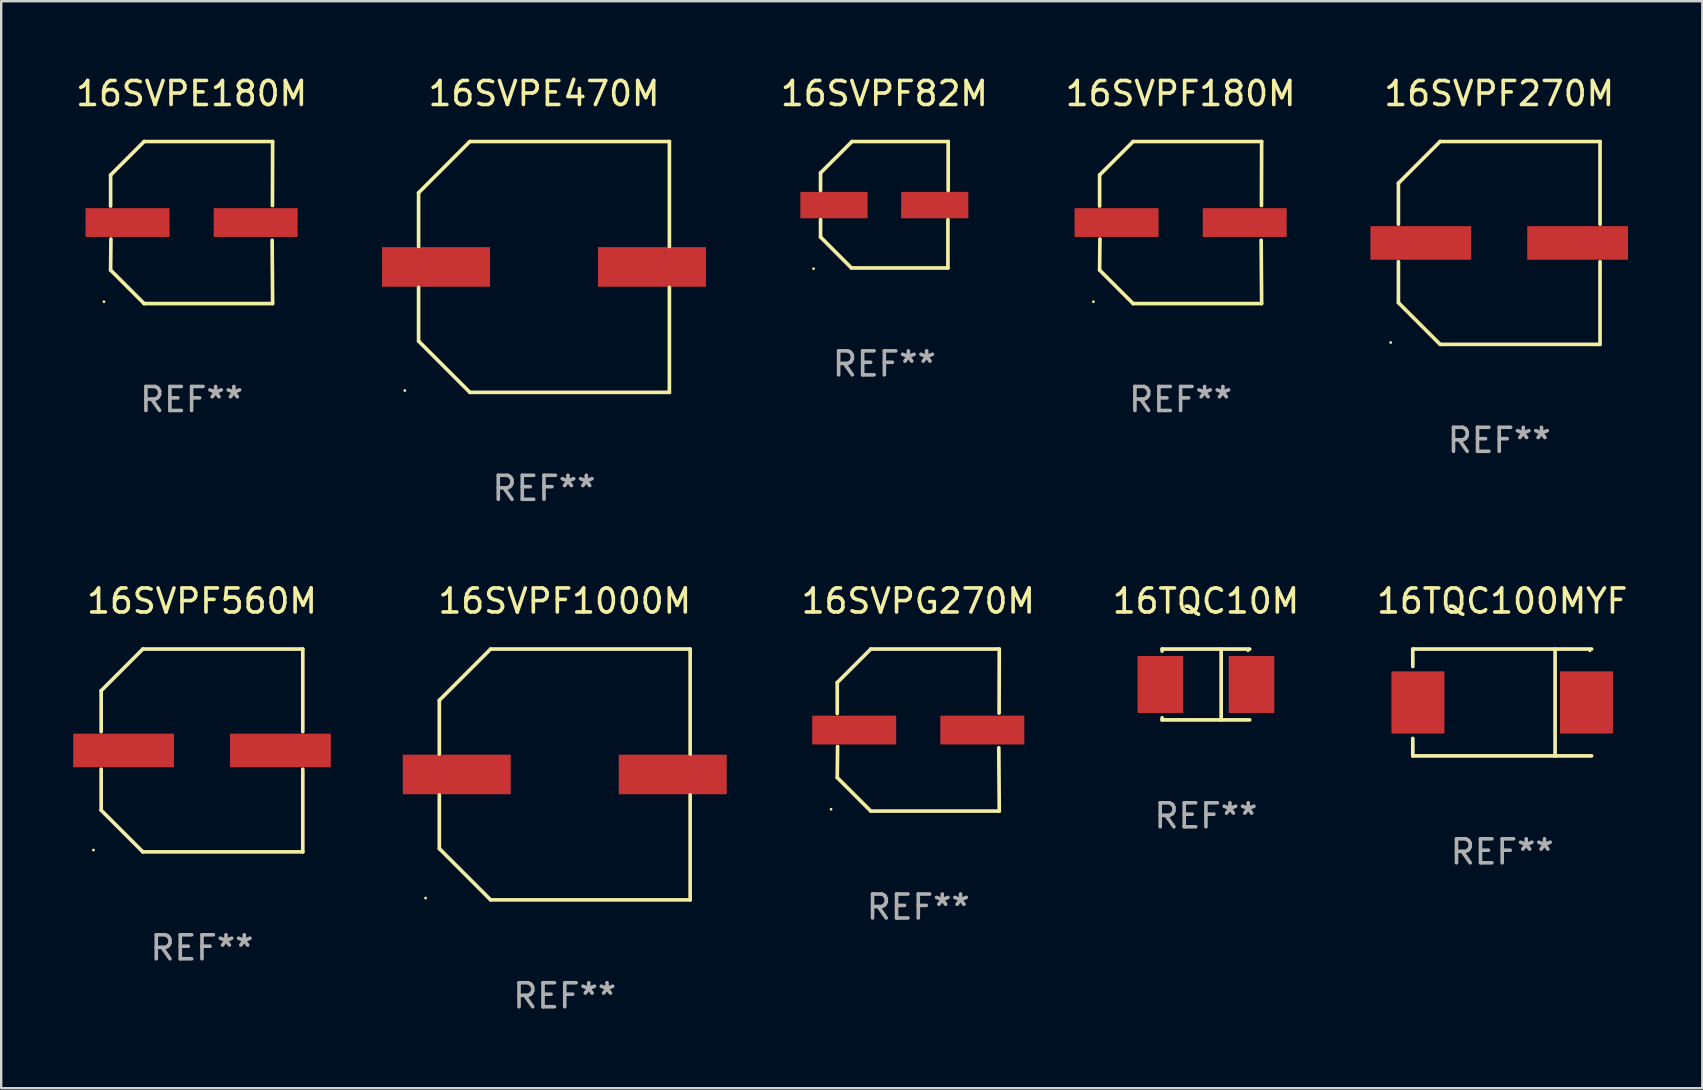
<source format=kicad_pcb>
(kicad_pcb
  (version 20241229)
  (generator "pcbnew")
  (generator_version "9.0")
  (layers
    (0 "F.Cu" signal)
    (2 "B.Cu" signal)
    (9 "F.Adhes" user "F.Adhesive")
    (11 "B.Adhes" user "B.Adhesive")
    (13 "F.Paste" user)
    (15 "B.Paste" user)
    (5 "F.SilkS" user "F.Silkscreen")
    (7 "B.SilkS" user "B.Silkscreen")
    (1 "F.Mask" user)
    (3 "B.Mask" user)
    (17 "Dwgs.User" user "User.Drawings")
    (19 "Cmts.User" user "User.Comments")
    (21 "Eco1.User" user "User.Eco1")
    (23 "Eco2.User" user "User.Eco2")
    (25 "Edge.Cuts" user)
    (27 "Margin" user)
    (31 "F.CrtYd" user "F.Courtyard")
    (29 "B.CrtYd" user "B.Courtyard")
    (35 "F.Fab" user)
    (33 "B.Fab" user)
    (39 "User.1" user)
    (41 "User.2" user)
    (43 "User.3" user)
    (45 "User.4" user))
  (footprint "16SVPE470M"
    (layer "F.Cu")
    (at 19.619 8.074)
    (property "Reference" "16SVPE470M" (at 0 -7.226 0) (layer "F.SilkS") (effects (font (size 1 1) (thickness 0.15))))
    (attr through_hole)
    (fp_line (start -5.226 -3.09) (end -5.226 -0.852) (stroke (width 0.152) (type solid)) (layer "F.SilkS"))
    (fp_line (start -5.226 3.09) (end -5.226 0.852) (stroke (width 0.152) (type solid)) (layer "F.SilkS"))
    (fp_line (start -3.09 -5.226) (end -5.226 -3.09) (stroke (width 0.152) (type solid)) (layer "F.SilkS"))
    (fp_line (start -3.09 5.226) (end -5.226 3.09) (stroke (width 0.152) (type solid)) (layer "F.SilkS"))
    (fp_line (start 5.226 -5.226) (end -3.09 -5.226) (stroke (width 0.152) (type solid)) (layer "F.SilkS"))
    (fp_line (start 5.226 -0.852) (end 5.226 -5.226) (stroke (width 0.152) (type solid)) (layer "F.SilkS"))
    (fp_line (start 5.226 0.852) (end 5.226 5.226) (stroke (width 0.152) (type solid)) (layer "F.SilkS"))
    (fp_line (start 5.226 5.226) (end -3.09 5.226) (stroke (width 0.152) (type solid)) (layer "F.SilkS"))
    (fp_circle (center -5.8 5.15) (end -5.77 5.15) (stroke (width 0.06) (type solid)) (fill no) (layer "F.SilkS"))
    (fp_text user "REF**" (at 0 9.226 0) (layer "F.Fab") (effects (font (size 1 1) (thickness 0.15))))
    (pad "1" smd rect (at -4.5 0) (size 4.5 1.65) (layers "F.Cu" "F.Mask" "F.Paste"))
    (pad "2" smd rect (at 4.5 0) (size 4.5 1.65) (layers "F.Cu" "F.Mask" "F.Paste")))
  (footprint "16SVPF560M"
    (layer "F.Cu")
    (at 5.367 28.223)
    (property "Reference" "16SVPF560M" (at 0 -6.226 0) (layer "F.SilkS") (effects (font (size 1 1) (thickness 0.15))))
    (attr through_hole)
    (fp_line (start -4.201 -2.49) (end -4.201 -0.782) (stroke (width 0.152) (type solid)) (layer "F.SilkS"))
    (fp_line (start -4.201 2.49) (end -4.201 0.782) (stroke (width 0.152) (type solid)) (layer "F.SilkS"))
    (fp_line (start -2.465 -4.226) (end -4.201 -2.49) (stroke (width 0.152) (type solid)) (layer "F.SilkS"))
    (fp_line (start -2.465 4.226) (end -4.201 2.49) (stroke (width 0.152) (type solid)) (layer "F.SilkS"))
    (fp_line (start 4.201 -4.226) (end -2.465 -4.226) (stroke (width 0.152) (type solid)) (layer "F.SilkS"))
    (fp_line (start 4.201 -0.782) (end 4.201 -4.226) (stroke (width 0.152) (type solid)) (layer "F.SilkS"))
    (fp_line (start 4.201 0.782) (end 4.201 4.226) (stroke (width 0.152) (type solid)) (layer "F.SilkS"))
    (fp_line (start 4.201 4.226) (end -2.465 4.226) (stroke (width 0.152) (type solid)) (layer "F.SilkS"))
    (fp_circle (center -4.524 4.15) (end -4.494 4.15) (stroke (width 0.06) (type solid)) (fill no) (layer "F.SilkS"))
    (fp_text user "REF**" (at 0 8.226 0) (layer "F.Fab") (effects (font (size 1 1) (thickness 0.15))))
    (pad "1" smd rect (at -3.267 0) (size 4.2 1.4) (layers "F.Cu" "F.Mask" "F.Paste"))
    (pad "2" smd rect (at 3.267 0) (size 4.2 1.4) (layers "F.Cu" "F.Mask" "F.Paste")))
  (footprint "16SVPF82M"
    (layer "F.Cu")
    (at 33.803 5.482)
    (property "Reference" "16SVPF82M" (at 0 -4.634 0) (layer "F.SilkS") (effects (font (size 1 1) (thickness 0.15))))
    (attr through_hole)
    (fp_line (start -2.659 -1.326) (end -2.659 -0.592) (stroke (width 0.152) (type solid)) (layer "F.SilkS"))
    (fp_line (start -2.659 1.346) (end -2.659 0.622) (stroke (width 0.152) (type solid)) (layer "F.SilkS"))
    (fp_line (start -1.372 2.634) (end -2.659 1.346) (stroke (width 0.152) (type solid)) (layer "F.SilkS"))
    (fp_line (start -1.349 -2.634) (end -2.659 -1.326) (stroke (width 0.152) (type solid)) (layer "F.SilkS"))
    (fp_line (start 2.649 0.622) (end 2.649 2.634) (stroke (width 0.152) (type solid)) (layer "F.SilkS"))
    (fp_line (start 2.649 2.634) (end -1.372 2.634) (stroke (width 0.152) (type solid)) (layer "F.SilkS"))
    (fp_line (start 2.659 -2.634) (end -1.349 -2.634) (stroke (width 0.152) (type solid)) (layer "F.SilkS"))
    (fp_line (start 2.659 -0.592) (end 2.659 -2.634) (stroke (width 0.152) (type solid)) (layer "F.SilkS"))
    (fp_circle (center -2.95 2.665) (end -2.92 2.665) (stroke (width 0.06) (type solid)) (fill no) (layer "F.SilkS"))
    (fp_text user "REF**" (at 0 6.634 0) (layer "F.Fab") (effects (font (size 1 1) (thickness 0.15))))
    (pad "1" smd rect (at -2.1 0.015) (size 2.8 1.1) (layers "F.Cu" "F.Mask" "F.Paste"))
    (pad "2" smd rect (at 2.1 0.015) (size 2.8 1.1) (layers "F.Cu" "F.Mask" "F.Paste")))
  (footprint "16SVPG270M"
    (layer "F.Cu")
    (at 35.216 27.373)
    (property "Reference" "16SVPG270M" (at 0 -5.376 0) (layer "F.SilkS") (effects (font (size 1 1) (thickness 0.15))))
    (attr through_hole)
    (fp_line (start -3.376 -1.98) (end -3.376 -0.686) (stroke (width 0.152) (type solid)) (layer "F.SilkS"))
    (fp_line (start -3.376 1.981) (end -3.362 0.686) (stroke (width 0.152) (type solid)) (layer "F.SilkS"))
    (fp_line (start -1.981 3.376) (end -3.376 1.981) (stroke (width 0.152) (type solid)) (layer "F.SilkS"))
    (fp_line (start -1.98 -3.376) (end -3.376 -1.98) (stroke (width 0.152) (type solid)) (layer "F.SilkS"))
    (fp_line (start 3.356 0.74) (end 3.376 3.376) (stroke (width 0.152) (type solid)) (layer "F.SilkS"))
    (fp_line (start 3.369 -0.707) (end 3.376 -3.376) (stroke (width 0.152) (type solid)) (layer "F.SilkS"))
    (fp_line (start 3.376 3.376) (end -1.981 3.376) (stroke (width 0.152) (type solid)) (layer "F.SilkS"))
    (fp_line (start 3.376 -3.376) (end -1.98 -3.376) (stroke (width 0.152) (type solid)) (layer "F.SilkS"))
    (fp_circle (center -3.634 3.3) (end -3.604 3.3) (stroke (width 0.06) (type solid)) (fill no) (layer "F.SilkS"))
    (fp_text user "REF**" (at 0 7.376 0) (layer "F.Fab") (effects (font (size 1 1) (thickness 0.15))))
    (pad "1" smd rect (at -2.67 0.000254) (size 3.5 1.2) (layers "F.Cu" "F.Mask" "F.Paste"))
    (pad "2" smd rect (at 2.67 0.000254) (size 3.5 1.2) (layers "F.Cu" "F.Mask" "F.Paste")))
  (footprint "16SVPF180M"
    (layer "F.Cu")
    (at 46.149 6.224)
    (property "Reference" "16SVPF180M" (at 0 -5.376 0) (layer "F.SilkS") (effects (font (size 1 1) (thickness 0.15))))
    (attr through_hole)
    (fp_line (start -3.376 -1.98) (end -3.376 -0.686) (stroke (width 0.152) (type solid)) (layer "F.SilkS"))
    (fp_line (start -3.376 1.981) (end -3.362 0.686) (stroke (width 0.152) (type solid)) (layer "F.SilkS"))
    (fp_line (start -1.981 3.376) (end -3.376 1.981) (stroke (width 0.152) (type solid)) (layer "F.SilkS"))
    (fp_line (start -1.98 -3.376) (end -3.376 -1.98) (stroke (width 0.152) (type solid)) (layer "F.SilkS"))
    (fp_line (start 3.356 0.74) (end 3.376 3.376) (stroke (width 0.152) (type solid)) (layer "F.SilkS"))
    (fp_line (start 3.369 -0.707) (end 3.376 -3.376) (stroke (width 0.152) (type solid)) (layer "F.SilkS"))
    (fp_line (start 3.376 3.376) (end -1.981 3.376) (stroke (width 0.152) (type solid)) (layer "F.SilkS"))
    (fp_line (start 3.376 -3.376) (end -1.98 -3.376) (stroke (width 0.152) (type solid)) (layer "F.SilkS"))
    (fp_circle (center -3.634 3.3) (end -3.604 3.3) (stroke (width 0.06) (type solid)) (fill no) (layer "F.SilkS"))
    (fp_text user "REF**" (at 0 7.376 0) (layer "F.Fab") (effects (font (size 1 1) (thickness 0.15))))
    (pad "1" smd rect (at -2.67 0.000254) (size 3.5 1.2) (layers "F.Cu" "F.Mask" "F.Paste"))
    (pad "2" smd rect (at 2.67 0.000254) (size 3.5 1.2) (layers "F.Cu" "F.Mask" "F.Paste")))
  (footprint "16SVPF1000M"
    (layer "F.Cu")
    (at 20.484 29.223)
    (property "Reference" "16SVPF1000M" (at 0 -7.226 0) (layer "F.SilkS") (effects (font (size 1 1) (thickness 0.15))))
    (attr through_hole)
    (fp_line (start -5.226 -3.09) (end -5.226 -0.852) (stroke (width 0.152) (type solid)) (layer "F.SilkS"))
    (fp_line (start -5.226 3.09) (end -5.226 0.852) (stroke (width 0.152) (type solid)) (layer "F.SilkS"))
    (fp_line (start -3.09 -5.226) (end -5.226 -3.09) (stroke (width 0.152) (type solid)) (layer "F.SilkS"))
    (fp_line (start -3.09 5.226) (end -5.226 3.09) (stroke (width 0.152) (type solid)) (layer "F.SilkS"))
    (fp_line (start 5.226 -5.226) (end -3.09 -5.226) (stroke (width 0.152) (type solid)) (layer "F.SilkS"))
    (fp_line (start 5.226 -0.852) (end 5.226 -5.226) (stroke (width 0.152) (type solid)) (layer "F.SilkS"))
    (fp_line (start 5.226 0.852) (end 5.226 5.226) (stroke (width 0.152) (type solid)) (layer "F.SilkS"))
    (fp_line (start 5.226 5.226) (end -3.09 5.226) (stroke (width 0.152) (type solid)) (layer "F.SilkS"))
    (fp_circle (center -5.8 5.15) (end -5.77 5.15) (stroke (width 0.06) (type solid)) (fill no) (layer "F.SilkS"))
    (fp_text user "REF**" (at 0 9.226 0) (layer "F.Fab") (effects (font (size 1 1) (thickness 0.15))))
    (pad "1" smd rect (at -4.5 0) (size 4.5 1.65) (layers "F.Cu" "F.Mask" "F.Paste"))
    (pad "2" smd rect (at 4.5 0) (size 4.5 1.65) (layers "F.Cu" "F.Mask" "F.Paste")))
  (footprint "16TQC10M"
    (layer "F.Cu")
    (at 47.204 25.473)
    (property "Reference" "16TQC10M" (at 0 -3.476 0) (layer "F.SilkS") (effects (font (size 1 1) (thickness 0.15))))
    (attr through_hole)
    (fp_line (start -1.826 -1.476) (end -1.826 -1.391) (stroke (width 0.152) (type solid)) (layer "F.SilkS"))
    (fp_line (start -1.826 -1.476) (end 1.826 -1.476) (stroke (width 0.152) (type solid)) (layer "F.SilkS"))
    (fp_line (start -1.826 1.476) (end -1.826 1.391) (stroke (width 0.152) (type solid)) (layer "F.SilkS"))
    (fp_line (start -1.826 1.476) (end 1.826 1.476) (stroke (width 0.152) (type solid)) (layer "F.SilkS"))
    (fp_line (start 0.635 -1.476) (end 0.635 1.476) (stroke (width 0.152) (type solid)) (layer "F.SilkS"))
    (fp_circle (center 1.75 -1.4) (end 1.78 -1.4) (stroke (width 0.06) (type solid)) (fill no) (layer "F.SilkS"))
    (fp_text user "REF**" (at 0 5.476 0) (layer "F.Fab") (effects (font (size 1 1) (thickness 0.15))))
    (pad "1" smd rect (at 1.899 0) (size 1.9 2.376) (layers "F.Cu" "F.Mask" "F.Paste"))
    (pad "2" smd rect (at -1.899 0) (size 1.9 2.376) (layers "F.Cu" "F.Mask" "F.Paste")))
  (footprint "16SVPE180M"
    (layer "F.Cu")
    (at 4.935 6.224)
    (property "Reference" "16SVPE180M" (at 0 -5.376 0) (layer "F.SilkS") (effects (font (size 1 1) (thickness 0.15))))
    (attr through_hole)
    (fp_line (start -3.376 -1.98) (end -3.376 -0.686) (stroke (width 0.152) (type solid)) (layer "F.SilkS"))
    (fp_line (start -3.376 1.981) (end -3.362 0.686) (stroke (width 0.152) (type solid)) (layer "F.SilkS"))
    (fp_line (start -1.981 3.376) (end -3.376 1.981) (stroke (width 0.152) (type solid)) (layer "F.SilkS"))
    (fp_line (start -1.98 -3.376) (end -3.376 -1.98) (stroke (width 0.152) (type solid)) (layer "F.SilkS"))
    (fp_line (start 3.356 0.74) (end 3.376 3.376) (stroke (width 0.152) (type solid)) (layer "F.SilkS"))
    (fp_line (start 3.369 -0.707) (end 3.376 -3.376) (stroke (width 0.152) (type solid)) (layer "F.SilkS"))
    (fp_line (start 3.376 3.376) (end -1.981 3.376) (stroke (width 0.152) (type solid)) (layer "F.SilkS"))
    (fp_line (start 3.376 -3.376) (end -1.98 -3.376) (stroke (width 0.152) (type solid)) (layer "F.SilkS"))
    (fp_circle (center -3.652 3.3) (end -3.622 3.3) (stroke (width 0.06) (type solid)) (fill no) (layer "F.SilkS"))
    (fp_text user "REF**" (at 0 7.376 0) (layer "F.Fab") (effects (font (size 1 1) (thickness 0.15))))
    (pad "1" smd rect (at -2.67 0.000229) (size 3.5 1.2) (layers "F.Cu" "F.Mask" "F.Paste"))
    (pad "2" smd rect (at 2.67 0.000229) (size 3.5 1.2) (layers "F.Cu" "F.Mask" "F.Paste")))
  (footprint "16TQC100MYF"
    (layer "F.Cu")
    (at 59.55 26.223)
    (property "Reference" "16TQC100MYF" (at 0 -4.226 0) (layer "F.SilkS") (effects (font (size 1 1) (thickness 0.15))))
    (attr through_hole)
    (fp_line (start -3.726 -2.226) (end -3.726 -1.499) (stroke (width 0.152) (type solid)) (layer "F.SilkS"))
    (fp_line (start -3.726 -2.226) (end 3.726 -2.226) (stroke (width 0.152) (type solid)) (layer "F.SilkS"))
    (fp_line (start -3.726 2.226) (end -3.726 1.499) (stroke (width 0.152) (type solid)) (layer "F.SilkS"))
    (fp_line (start -3.726 2.226) (end 3.726 2.226) (stroke (width 0.152) (type solid)) (layer "F.SilkS"))
    (fp_line (start 2.204 -2.226) (end 2.204 2.226) (stroke (width 0.152) (type solid)) (layer "F.SilkS"))
    (fp_circle (center 3.65 -2.15) (end 3.68 -2.15) (stroke (width 0.06) (type solid)) (fill no) (layer "F.SilkS"))
    (fp_text user "REF**" (at 0 6.226 0) (layer "F.Fab") (effects (font (size 1 1) (thickness 0.15))))
    (pad "1" smd rect (at 3.511 0) (size 2.207 2.592) (layers "F.Cu" "F.Mask" "F.Paste"))
    (pad "2" smd rect (at -3.511 0) (size 2.207 2.592) (layers "F.Cu" "F.Mask" "F.Paste")))
  (footprint "16SVPF270M"
    (layer "F.Cu")
    (at 59.426 7.074)
    (property "Reference" "16SVPF270M" (at 0 -6.226 0) (layer "F.SilkS") (effects (font (size 1 1) (thickness 0.15))))
    (attr through_hole)
    (fp_line (start -4.201 -2.49) (end -4.201 -0.782) (stroke (width 0.152) (type solid)) (layer "F.SilkS"))
    (fp_line (start -4.201 2.49) (end -4.201 0.782) (stroke (width 0.152) (type solid)) (layer "F.SilkS"))
    (fp_line (start -2.465 -4.226) (end -4.201 -2.49) (stroke (width 0.152) (type solid)) (layer "F.SilkS"))
    (fp_line (start -2.465 4.226) (end -4.201 2.49) (stroke (width 0.152) (type solid)) (layer "F.SilkS"))
    (fp_line (start 4.201 -4.226) (end -2.465 -4.226) (stroke (width 0.152) (type solid)) (layer "F.SilkS"))
    (fp_line (start 4.201 -0.782) (end 4.201 -4.226) (stroke (width 0.152) (type solid)) (layer "F.SilkS"))
    (fp_line (start 4.201 0.782) (end 4.201 4.226) (stroke (width 0.152) (type solid)) (layer "F.SilkS"))
    (fp_line (start 4.201 4.226) (end -2.465 4.226) (stroke (width 0.152) (type solid)) (layer "F.SilkS"))
    (fp_circle (center -4.524 4.15) (end -4.494 4.15) (stroke (width 0.06) (type solid)) (fill no) (layer "F.SilkS"))
    (fp_text user "REF**" (at 0 8.226 0) (layer "F.Fab") (effects (font (size 1 1) (thickness 0.15))))
    (pad "1" smd rect (at -3.267 0) (size 4.2 1.4) (layers "F.Cu" "F.Mask" "F.Paste"))
    (pad "2" smd rect (at 3.267 0) (size 4.2 1.4) (layers "F.Cu" "F.Mask" "F.Paste")))
  (gr_rect
    (start -3 -3)
    (end 67.889 42.298)
    (stroke (width 0.1) (type default))
    (fill no)
    (layer "Edge.Cuts")))
</source>
